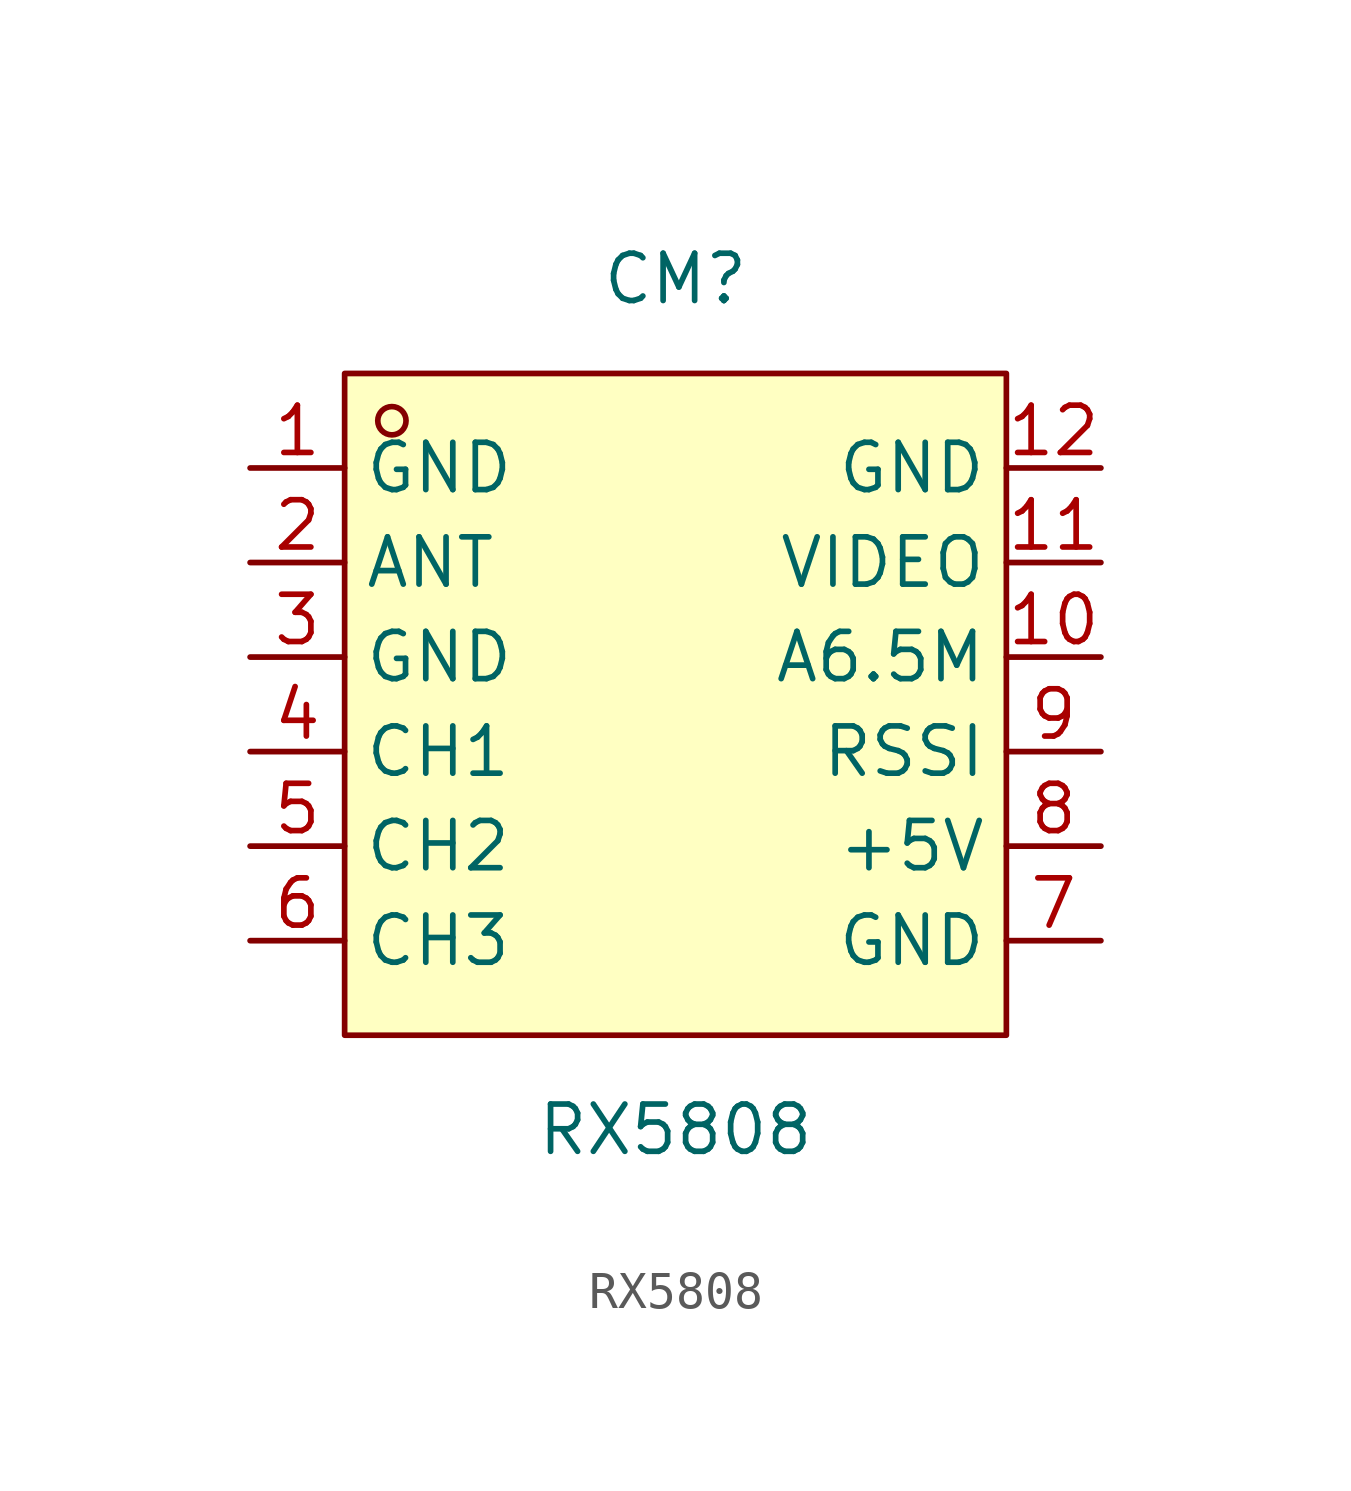
<source format=kicad_sym>
(kicad_symbol_lib
  (version 20211014)
  (generator https://github.com/uPesy/easyeda2kicad.py)
  (symbol "RX5808"
    (property "Reference" "CM"
      (at 0 11.43 0)
      (effects (font (size 1.27 1.27))))
    (property "Value" "RX5808"
      (at 0 -11.43 0)
      (effects (font (size 1.27 1.27))))
    (symbol "RX5808_0_1"
      (rectangle (start -8.89 8.89) (end 8.89 -8.89) (stroke (width 0) (type default) (color 0 0 0 0)) (fill (type background)))
      (circle (center -7.62 7.62) (radius 0.38) (stroke (width 0) (type default) (color 0 0 0 0)) (fill (type none)))
      (pin unspecified line (at -11.43 6.35 0) (length 2.54) (name "GND" (effects (font (size 1.27 1.27)))) (number "1" (effects (font (size 1.27 1.27)))))
      (pin unspecified line (at -11.43 3.81 0) (length 2.54) (name "ANT" (effects (font (size 1.27 1.27)))) (number "2" (effects (font (size 1.27 1.27)))))
      (pin unspecified line (at -11.43 1.27 0) (length 2.54) (name "GND" (effects (font (size 1.27 1.27)))) (number "3" (effects (font (size 1.27 1.27)))))
      (pin unspecified line (at -11.43 -1.27 0) (length 2.54) (name "CH1" (effects (font (size 1.27 1.27)))) (number "4" (effects (font (size 1.27 1.27)))))
      (pin unspecified line (at -11.43 -3.81 0) (length 2.54) (name "CH2" (effects (font (size 1.27 1.27)))) (number "5" (effects (font (size 1.27 1.27)))))
      (pin unspecified line (at -11.43 -6.35 0) (length 2.54) (name "CH3" (effects (font (size 1.27 1.27)))) (number "6" (effects (font (size 1.27 1.27)))))
      (pin unspecified line (at 11.43 -6.35 180) (length 2.54) (name "GND" (effects (font (size 1.27 1.27)))) (number "7" (effects (font (size 1.27 1.27)))))
      (pin unspecified line (at 11.43 -3.81 180) (length 2.54) (name "+5V" (effects (font (size 1.27 1.27)))) (number "8" (effects (font (size 1.27 1.27)))))
      (pin unspecified line (at 11.43 -1.27 180) (length 2.54) (name "RSSI" (effects (font (size 1.27 1.27)))) (number "9" (effects (font (size 1.27 1.27)))))
      (pin unspecified line (at 11.43 1.27 180) (length 2.54) (name "A6.5M" (effects (font (size 1.27 1.27)))) (number "10" (effects (font (size 1.27 1.27)))))
      (pin unspecified line (at 11.43 3.81 180) (length 2.54) (name "VIDEO" (effects (font (size 1.27 1.27)))) (number "11" (effects (font (size 1.27 1.27)))))
      (pin unspecified line (at 11.43 6.35 180) (length 2.54) (name "GND" (effects (font (size 1.27 1.27)))) (number "12" (effects (font (size 1.27 1.27))))))))
</source>
